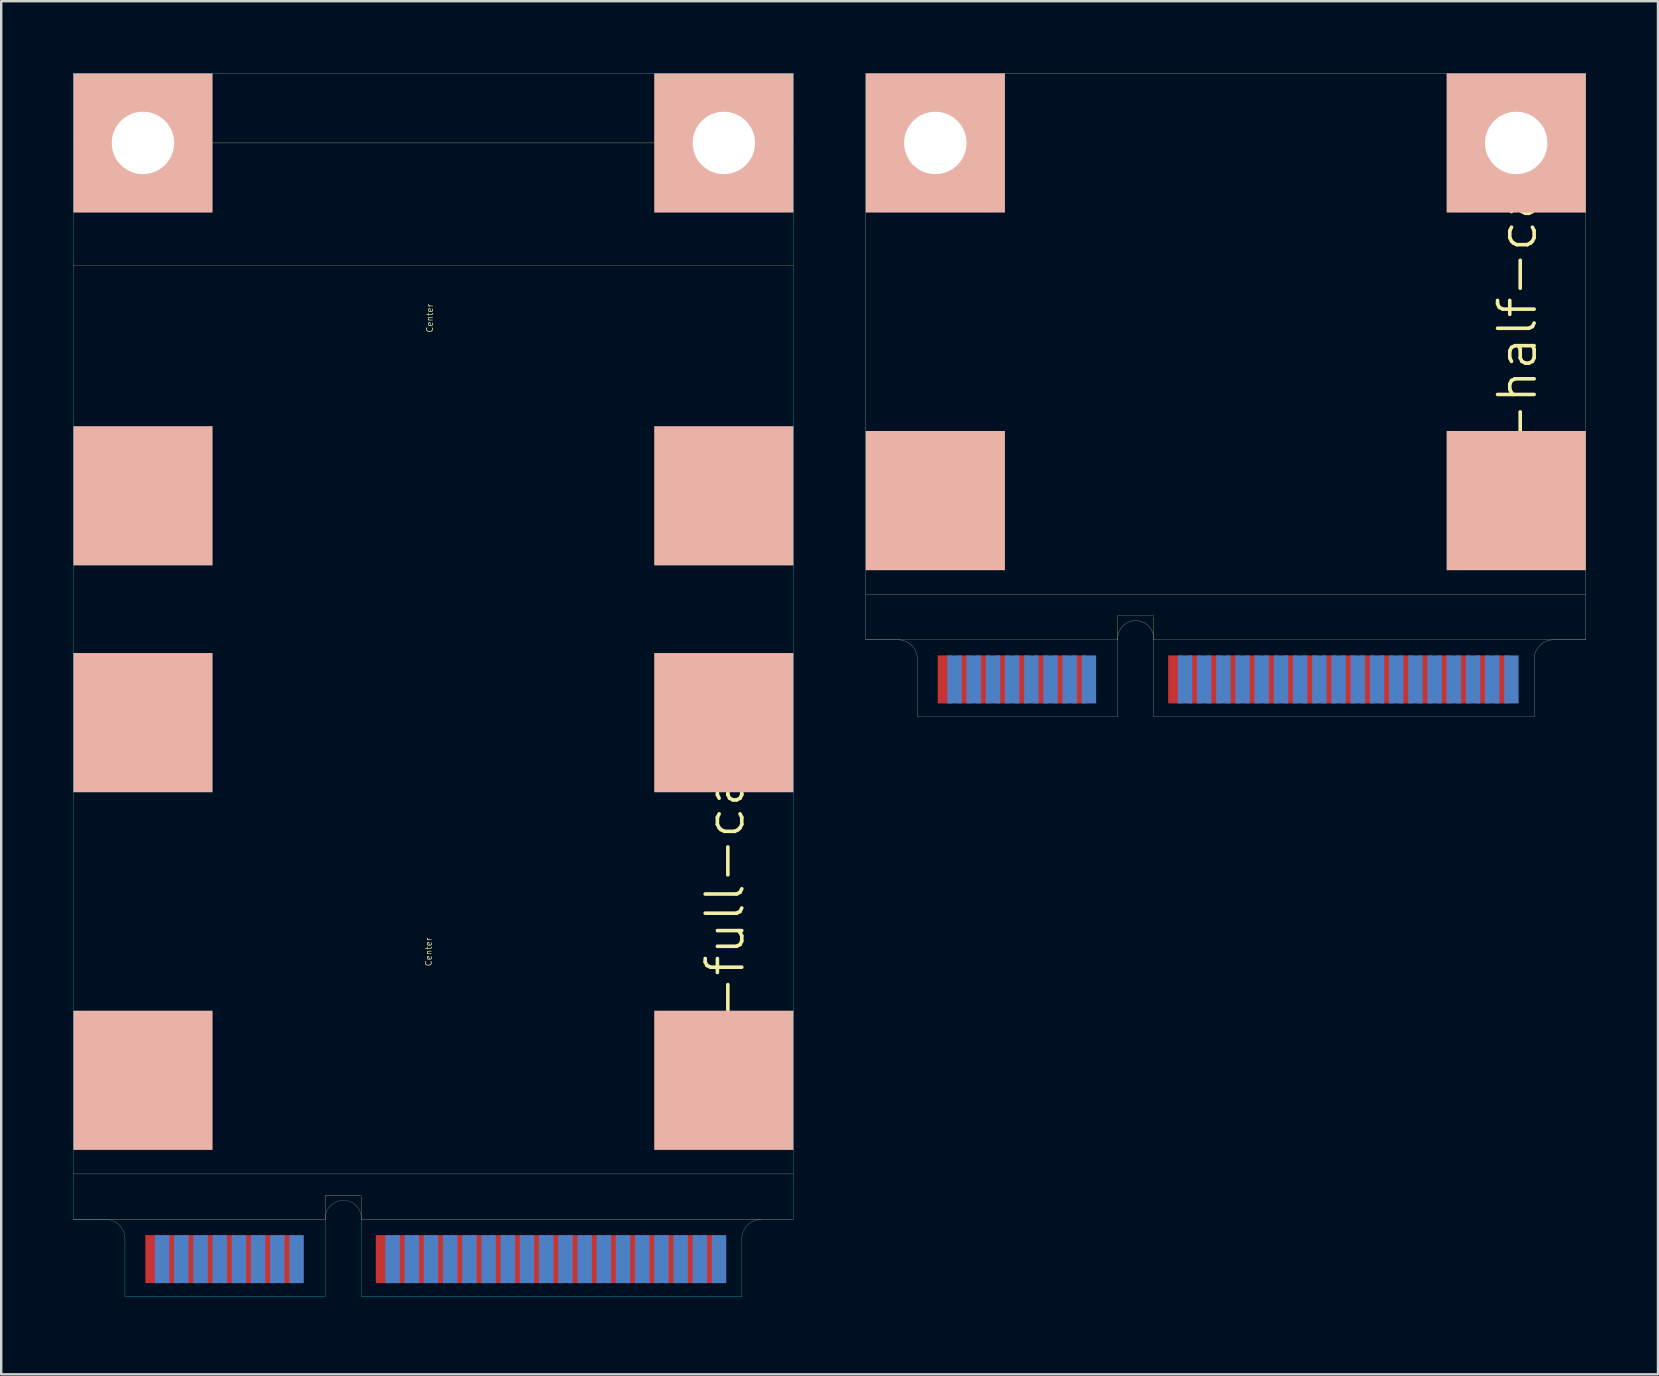
<source format=kicad_pcb>
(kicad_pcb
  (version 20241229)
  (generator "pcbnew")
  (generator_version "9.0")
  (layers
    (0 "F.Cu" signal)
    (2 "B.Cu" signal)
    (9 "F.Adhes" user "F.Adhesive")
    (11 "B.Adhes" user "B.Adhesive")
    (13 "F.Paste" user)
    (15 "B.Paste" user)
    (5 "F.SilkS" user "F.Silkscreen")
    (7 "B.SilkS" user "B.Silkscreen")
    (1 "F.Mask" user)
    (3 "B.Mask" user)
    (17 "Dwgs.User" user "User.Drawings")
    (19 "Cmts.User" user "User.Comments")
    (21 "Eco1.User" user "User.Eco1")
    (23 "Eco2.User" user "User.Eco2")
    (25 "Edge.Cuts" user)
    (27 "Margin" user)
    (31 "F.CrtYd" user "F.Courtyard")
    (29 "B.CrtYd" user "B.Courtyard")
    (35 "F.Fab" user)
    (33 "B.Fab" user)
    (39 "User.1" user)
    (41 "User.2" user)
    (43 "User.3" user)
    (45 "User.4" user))
  (footprint "PCIE-half-card"
    (layer "F.Cu")
    (at 48.015 26.805)
    (property "Reference" "PCIE-half-card" (at 12.15 -15.2 90) (layer "F.SilkS") (effects (font (size 1.524 1.524) (thickness 0.15))))
    (attr through_hole)
    (fp_line (start -15 -3.2) (end -4.5 -3.2) (stroke (width 0.01) (type solid)) (layer "F.SilkS"))
    (fp_line (start -4.5 -4.2) (end -3 -4.2) (stroke (width 0.01) (type solid)) (layer "F.SilkS"))
    (fp_line (start -4.5 -3.2) (end -4.5 -4.2) (stroke (width 0.01) (type solid)) (layer "F.SilkS"))
    (fp_line (start -3 -4.15) (end -3 -3.2) (stroke (width 0.01) (type solid)) (layer "F.SilkS"))
    (fp_line (start -3 -3.2) (end 15 -3.2) (stroke (width 0.01) (type solid)) (layer "F.SilkS"))
    (fp_line (start -15 -5.1) (end 15 -5.1) (stroke (width 0.01) (type solid)) (layer "B.SilkS"))
    (fp_line (start -3.75 -4.5) (end -3.75 -0.15) (stroke (width 0.01) (type solid)) (layer "Eco1.User"))
    (fp_line (start 0 0) (end 0 -26.8) (stroke (width 0.01) (type solid)) (layer "Eco1.User"))
    (fp_line (start -15 -26.8) (end -15 -3.2) (stroke (width 0.01) (type solid)) (layer "Edge.Cuts"))
    (fp_line (start -13.65 -3.2) (end -15 -3.2) (stroke (width 0.01) (type solid)) (layer "Edge.Cuts"))
    (fp_line (start -12.85 0) (end -12.85 -2.4) (stroke (width 0.01) (type solid)) (layer "Edge.Cuts"))
    (fp_line (start -4.5 0) (end -12.85 0) (stroke (width 0.01) (type solid)) (layer "Edge.Cuts"))
    (fp_line (start -4.5 0) (end -4.5 -3.25) (stroke (width 0.01) (type solid)) (layer "Edge.Cuts"))
    (fp_line (start -3 0) (end -3 -3.25) (stroke (width 0.01) (type solid)) (layer "Edge.Cuts"))
    (fp_line (start -3 0) (end 12.85 0) (stroke (width 0.01) (type solid)) (layer "Edge.Cuts"))
    (fp_line (start 12.85 0) (end 12.85 -2.4) (stroke (width 0.01) (type solid)) (layer "Edge.Cuts"))
    (fp_line (start 15 -26.8) (end -15 -26.8) (stroke (width 0.01) (type solid)) (layer "Edge.Cuts"))
    (fp_line (start 15 -3.2) (end 13.65 -3.2) (stroke (width 0.01) (type solid)) (layer "Edge.Cuts"))
    (fp_line (start 15 -3.2) (end 15 -26.8) (stroke (width 0.01) (type solid)) (layer "Edge.Cuts"))
    (fp_arc (start -13.65 -3.2) (mid -13.084315 -2.965685) (end -12.85 -2.4) (stroke (width 0.01) (type solid)) (layer "Edge.Cuts"))
    (fp_arc (start -4.5 -3.25) (mid -3.75 -4) (end -3 -3.25) (stroke (width 0.01) (type solid)) (layer "Edge.Cuts"))
    (fp_arc (start 12.85 -2.4) (mid 13.084315 -2.965685) (end 13.65 -3.2) (stroke (width 0.01) (type solid)) (layer "Edge.Cuts"))
    (fp_text user "Center" (at -0.2 -14.35 90) (layer "Eco1.User") (effects (font (size 0.25 0.25) (thickness 0.025))))
    (pad "" np_thru_hole circle (at -12.1 -23.9) (size 2.6 2.6) (drill 2.6) (layers "*.Cu" "*.Mask" "F.SilkS"))
    (pad "" connect rect (at -12.1 -23.9) (size 5.8 5.8) (layers "B.SilkS"))
    (pad "" connect rect (at -12.1 -9) (size 5.8 5.8) (layers "B.SilkS"))
    (pad "" np_thru_hole circle (at 12.1 -23.9) (size 2.6 2.6) (drill 2.6) (layers "*.Cu" "*.Mask" "F.SilkS"))
    (pad "" connect rect (at 12.1 -23.9) (size 5.8 5.8) (layers "B.SilkS"))
    (pad "" connect rect (at 12.1 -9) (size 5.8 5.8) (layers "B.SilkS"))
    (pad "1" smd rect (at -11.7 -1.55) (size 0.6 2) (layers "F.Cu" "F.Mask" "F.Paste"))
    (pad "2" smd rect (at -11.3 -1.55) (size 0.6 2) (layers "B.Cu" "B.Mask" "B.Paste"))
    (pad "3" smd rect (at -10.9 -1.55) (size 0.6 2) (layers "F.Cu" "F.Mask" "F.Paste"))
    (pad "4" smd rect (at -10.5 -1.55) (size 0.6 2) (layers "B.Cu" "B.Mask" "B.Paste"))
    (pad "5" smd rect (at -10.1 -1.55) (size 0.6 2) (layers "F.Cu" "F.Mask" "F.Paste"))
    (pad "6" smd rect (at -9.7 -1.55) (size 0.6 2) (layers "B.Cu" "B.Mask" "B.Paste"))
    (pad "7" smd rect (at -9.3 -1.55) (size 0.6 2) (layers "F.Cu" "F.Mask" "F.Paste"))
    (pad "8" smd rect (at -8.9 -1.55) (size 0.6 2) (layers "B.Cu" "B.Mask" "B.Paste"))
    (pad "9" smd rect (at -8.5 -1.55) (size 0.6 2) (layers "F.Cu" "F.Mask" "F.Paste"))
    (pad "10" smd rect (at -8.1 -1.55) (size 0.6 2) (layers "B.Cu" "B.Mask" "B.Paste"))
    (pad "11" smd rect (at -7.7 -1.55) (size 0.6 2) (layers "F.Cu" "F.Mask" "F.Paste"))
    (pad "12" smd rect (at -7.3 -1.55) (size 0.6 2) (layers "B.Cu" "B.Mask" "B.Paste"))
    (pad "13" smd rect (at -6.9 -1.55) (size 0.6 2) (layers "F.Cu" "F.Mask" "F.Paste"))
    (pad "14" smd rect (at -6.5 -1.55) (size 0.6 2) (layers "B.Cu" "B.Mask" "B.Paste"))
    (pad "15" smd rect (at -6.1 -1.55) (size 0.6 2) (layers "F.Cu" "F.Mask" "F.Paste"))
    (pad "16" smd rect (at -5.7 -1.55) (size 0.6 2) (layers "B.Cu" "B.Mask" "B.Paste"))
    (pad "17" smd rect (at -2.1 -1.55) (size 0.6 2) (layers "F.Cu" "F.Mask" "F.Paste"))
    (pad "18" smd rect (at -1.7 -1.55) (size 0.6 2) (layers "B.Cu" "B.Mask" "B.Paste"))
    (pad "19" smd rect (at -1.3 -1.55) (size 0.6 2) (layers "F.Cu" "F.Mask" "F.Paste"))
    (pad "20" smd rect (at -0.9 -1.55) (size 0.6 2) (layers "B.Cu" "B.Mask" "B.Paste"))
    (pad "21" smd rect (at -0.5 -1.55) (size 0.6 2) (layers "F.Cu" "F.Mask" "F.Paste"))
    (pad "22" smd rect (at -0.1 -1.55) (size 0.6 2) (layers "B.Cu" "B.Mask" "B.Paste"))
    (pad "23" smd rect (at 0.3 -1.55) (size 0.6 2) (layers "F.Cu" "F.Mask" "F.Paste"))
    (pad "24" smd rect (at 0.7 -1.55) (size 0.6 2) (layers "B.Cu" "B.Mask" "B.Paste"))
    (pad "25" smd rect (at 1.1 -1.55) (size 0.6 2) (layers "F.Cu" "F.Mask" "F.Paste"))
    (pad "26" smd rect (at 1.5 -1.55) (size 0.6 2) (layers "B.Cu" "B.Mask" "B.Paste"))
    (pad "27" smd rect (at 1.9 -1.55) (size 0.6 2) (layers "F.Cu" "F.Mask" "F.Paste"))
    (pad "28" smd rect (at 2.3 -1.55) (size 0.6 2) (layers "B.Cu" "B.Mask" "B.Paste"))
    (pad "29" smd rect (at 2.7 -1.55) (size 0.6 2) (layers "F.Cu" "F.Mask" "F.Paste"))
    (pad "30" smd rect (at 3.1 -1.55) (size 0.6 2) (layers "B.Cu" "B.Mask" "B.Paste"))
    (pad "31" smd rect (at 3.5 -1.55) (size 0.6 2) (layers "F.Cu" "F.Mask" "F.Paste"))
    (pad "32" smd rect (at 3.9 -1.55) (size 0.6 2) (layers "B.Cu" "B.Mask" "B.Paste"))
    (pad "33" smd rect (at 4.3 -1.55) (size 0.6 2) (layers "F.Cu" "F.Mask" "F.Paste"))
    (pad "34" smd rect (at 4.7 -1.55) (size 0.6 2) (layers "B.Cu" "B.Mask" "B.Paste"))
    (pad "35" smd rect (at 5.1 -1.55) (size 0.6 2) (layers "F.Cu" "F.Mask" "F.Paste"))
    (pad "36" smd rect (at 5.5 -1.55) (size 0.6 2) (layers "B.Cu" "B.Mask" "B.Paste"))
    (pad "37" smd rect (at 5.9 -1.55) (size 0.6 2) (layers "F.Cu" "F.Mask" "F.Paste"))
    (pad "38" smd rect (at 6.3 -1.55) (size 0.6 2) (layers "B.Cu" "B.Mask" "B.Paste"))
    (pad "39" smd rect (at 6.7 -1.55) (size 0.6 2) (layers "F.Cu" "F.Mask" "F.Paste"))
    (pad "40" smd rect (at 7.1 -1.55) (size 0.6 2) (layers "B.Cu" "B.Mask" "B.Paste"))
    (pad "41" smd rect (at 7.5 -1.55) (size 0.6 2) (layers "F.Cu" "F.Mask" "F.Paste"))
    (pad "42" smd rect (at 7.9 -1.55) (size 0.6 2) (layers "B.Cu" "B.Mask" "B.Paste"))
    (pad "43" smd rect (at 8.3 -1.55) (size 0.6 2) (layers "F.Cu" "F.Mask" "F.Paste"))
    (pad "44" smd rect (at 8.7 -1.55) (size 0.6 2) (layers "B.Cu" "B.Mask" "B.Paste"))
    (pad "45" smd rect (at 9.1 -1.55) (size 0.6 2) (layers "F.Cu" "F.Mask" "F.Paste"))
    (pad "46" smd rect (at 9.5 -1.55) (size 0.6 2) (layers "B.Cu" "B.Mask" "B.Paste"))
    (pad "47" smd rect (at 9.9 -1.55) (size 0.6 2) (layers "F.Cu" "F.Mask" "F.Paste"))
    (pad "48" smd rect (at 10.3 -1.55) (size 0.6 2) (layers "B.Cu" "B.Mask" "B.Paste"))
    (pad "49" smd rect (at 10.7 -1.55) (size 0.6 2) (layers "F.Cu" "F.Mask" "F.Paste"))
    (pad "50" smd rect (at 11.1 -1.55) (size 0.6 2) (layers "B.Cu" "B.Mask" "B.Paste"))
    (pad "51" smd rect (at 11.5 -1.55) (size 0.6 2) (layers "F.Cu" "F.Mask" "F.Paste"))
    (pad "52" smd rect (at 11.9 -1.55) (size 0.6 2) (layers "B.Cu" "B.Mask" "B.Paste")))
  (footprint "PCIE-full-card"
    (layer "F.Cu")
    (at 15.005 50.955)
    (property "Reference" "PCIE-full-card" (at 12.15 -15.2 90) (layer "F.SilkS") (effects (font (size 1.524 1.524) (thickness 0.15))))
    (attr through_hole)
    (fp_line (start -15 -3.2) (end -4.5 -3.2) (stroke (width 0.01) (type solid)) (layer "F.SilkS"))
    (fp_line (start -4.5 -4.2) (end -3 -4.2) (stroke (width 0.01) (type solid)) (layer "F.SilkS"))
    (fp_line (start -4.5 -3.2) (end -4.5 -4.2) (stroke (width 0.01) (type solid)) (layer "F.SilkS"))
    (fp_line (start -3 -4.15) (end -3 -3.2) (stroke (width 0.01) (type solid)) (layer "F.SilkS"))
    (fp_line (start -3 -3.2) (end 15 -3.2) (stroke (width 0.01) (type solid)) (layer "F.SilkS"))
    (fp_line (start 15 -48.05) (end -15 -48.05) (stroke (width 0.01) (type solid)) (layer "F.SilkS"))
    (fp_line (start 15 -42.95) (end -15 -42.95) (stroke (width 0.01) (type solid)) (layer "F.SilkS"))
    (fp_line (start -15 -5.1) (end 15 -5.1) (stroke (width 0.01) (type solid)) (layer "B.SilkS"))
    (fp_line (start -3.75 -4.5) (end -3.75 -0.15) (stroke (width 0.01) (type solid)) (layer "Eco1.User"))
    (fp_line (start 0 0) (end 0 -50.95) (stroke (width 0.01) (type solid)) (layer "Eco1.User"))
    (fp_line (start 15 -3.2) (end 13.65 -3.2) (stroke (width 0.01) (type solid)) (layer "Eco2.User"))
    (fp_line (start -15 -50.95) (end -15 -3.2) (stroke (width 0.01) (type solid)) (layer "B.CrtYd"))
    (fp_line (start -13.65 -3.2) (end -15 -3.2) (stroke (width 0.01) (type solid)) (layer "B.CrtYd"))
    (fp_line (start -12.85 0) (end -12.85 -2.4) (stroke (width 0.01) (type solid)) (layer "B.CrtYd"))
    (fp_line (start -4.5 0) (end -12.85 0) (stroke (width 0.01) (type solid)) (layer "B.CrtYd"))
    (fp_line (start -4.5 0) (end -4.5 -3.25) (stroke (width 0.01) (type solid)) (layer "B.CrtYd"))
    (fp_line (start -3 0) (end -3 -3.25) (stroke (width 0.01) (type solid)) (layer "B.CrtYd"))
    (fp_line (start -3 0) (end 12.85 0) (stroke (width 0.01) (type solid)) (layer "B.CrtYd"))
    (fp_line (start 12.85 0) (end 12.85 -2.4) (stroke (width 0.01) (type solid)) (layer "B.CrtYd"))
    (fp_line (start 15 -50.95) (end -15 -50.95) (stroke (width 0.01) (type solid)) (layer "B.CrtYd"))
    (fp_line (start 15 -3.2) (end 15 -50.95) (stroke (width 0.01) (type solid)) (layer "B.CrtYd"))
    (fp_arc (start -13.65 -3.2) (mid -13.084315 -2.965685) (end -12.85 -2.4) (stroke (width 0.01) (type solid)) (layer "B.CrtYd"))
    (fp_arc (start 12.85 -2.4) (mid 13.084315 -2.965685) (end 13.65 -3.2) (stroke (width 0.01) (type solid)) (layer "B.CrtYd"))
    (fp_arc (start -4.5 -3.25) (mid -3.75 -4) (end -3 -3.25) (stroke (width 0.01) (type solid)) (layer "F.Fab"))
    (fp_text user "Center" (at -0.15 -40.75 90) (layer "F.SilkS") (effects (font (size 0.25 0.25) (thickness 0.025))))
    (fp_text user "Center" (at -0.2 -14.35 90) (layer "F.SilkS") (effects (font (size 0.25 0.25) (thickness 0.025))))
    (pad "" np_thru_hole circle (at -12.1 -48.05) (size 2.6 2.6) (drill 2.6) (layers "*.Cu" "*.Mask" "F.SilkS"))
    (pad "" connect rect (at -12.1 -48.05) (size 5.8 5.8) (layers "B.SilkS"))
    (pad "" connect rect (at -12.1 -33.35) (size 5.8 5.8) (layers "B.SilkS"))
    (pad "" connect rect (at -12.1 -23.9) (size 5.8 5.8) (layers "B.SilkS"))
    (pad "" connect rect (at -12.1 -9) (size 5.8 5.8) (layers "B.SilkS"))
    (pad "" np_thru_hole circle (at 12.1 -48.05) (size 2.6 2.6) (drill 2.6) (layers "*.Cu" "*.Mask" "F.SilkS"))
    (pad "" connect rect (at 12.1 -48.05) (size 5.8 5.8) (layers "B.SilkS"))
    (pad "" connect rect (at 12.1 -33.35) (size 5.8 5.8) (layers "B.SilkS"))
    (pad "" connect rect (at 12.1 -23.9) (size 5.8 5.8) (layers "B.SilkS"))
    (pad "" connect rect (at 12.1 -9) (size 5.8 5.8) (layers "B.SilkS"))
    (pad "1" smd rect (at -11.7 -1.55) (size 0.6 2) (layers "F.Cu" "F.Mask"))
    (pad "2" smd rect (at -11.3 -1.55) (size 0.6 2) (layers "B.Cu" "B.Mask"))
    (pad "3" smd rect (at -10.9 -1.55) (size 0.6 2) (layers "F.Cu" "F.Mask"))
    (pad "4" smd rect (at -10.5 -1.55) (size 0.6 2) (layers "B.Cu" "B.Mask"))
    (pad "5" smd rect (at -10.1 -1.55) (size 0.6 2) (layers "F.Cu" "F.Mask"))
    (pad "6" smd rect (at -9.7 -1.55) (size 0.6 2) (layers "B.Cu" "B.Mask"))
    (pad "7" smd rect (at -9.3 -1.55) (size 0.6 2) (layers "F.Cu" "F.Mask"))
    (pad "8" smd rect (at -8.9 -1.55) (size 0.6 2) (layers "B.Cu" "B.Mask"))
    (pad "9" smd rect (at -8.5 -1.55) (size 0.6 2) (layers "F.Cu" "F.Mask"))
    (pad "10" smd rect (at -8.1 -1.55) (size 0.6 2) (layers "B.Cu" "B.Mask"))
    (pad "11" smd rect (at -7.7 -1.55) (size 0.6 2) (layers "F.Cu" "F.Mask"))
    (pad "12" smd rect (at -7.3 -1.55) (size 0.6 2) (layers "B.Cu" "B.Mask"))
    (pad "13" smd rect (at -6.9 -1.55) (size 0.6 2) (layers "F.Cu" "F.Mask"))
    (pad "14" smd rect (at -6.5 -1.55) (size 0.6 2) (layers "B.Cu" "B.Mask"))
    (pad "15" smd rect (at -6.1 -1.55) (size 0.6 2) (layers "F.Cu" "F.Mask"))
    (pad "16" smd rect (at -5.7 -1.55) (size 0.6 2) (layers "B.Cu" "B.Mask"))
    (pad "17" smd rect (at -2.1 -1.55) (size 0.6 2) (layers "F.Cu" "F.Mask"))
    (pad "18" smd rect (at -1.7 -1.55) (size 0.6 2) (layers "B.Cu" "B.Mask"))
    (pad "19" smd rect (at -1.3 -1.55) (size 0.6 2) (layers "F.Cu" "F.Mask"))
    (pad "20" smd rect (at -0.9 -1.55) (size 0.6 2) (layers "B.Cu" "B.Mask"))
    (pad "21" smd rect (at -0.5 -1.55) (size 0.6 2) (layers "F.Cu" "F.Mask"))
    (pad "22" smd rect (at -0.1 -1.55) (size 0.6 2) (layers "B.Cu" "B.Mask"))
    (pad "23" smd rect (at 0.3 -1.55) (size 0.6 2) (layers "F.Cu" "F.Mask"))
    (pad "24" smd rect (at 0.7 -1.55) (size 0.6 2) (layers "B.Cu" "B.Mask"))
    (pad "25" smd rect (at 1.1 -1.55) (size 0.6 2) (layers "F.Cu" "F.Mask"))
    (pad "26" smd rect (at 1.5 -1.55) (size 0.6 2) (layers "B.Cu" "B.Mask"))
    (pad "27" smd rect (at 1.9 -1.55) (size 0.6 2) (layers "F.Cu" "F.Mask"))
    (pad "28" smd rect (at 2.3 -1.55) (size 0.6 2) (layers "B.Cu" "B.Mask"))
    (pad "29" smd rect (at 2.7 -1.55) (size 0.6 2) (layers "F.Cu" "F.Mask"))
    (pad "30" smd rect (at 3.1 -1.55) (size 0.6 2) (layers "B.Cu" "B.Mask"))
    (pad "31" smd rect (at 3.5 -1.55) (size 0.6 2) (layers "F.Cu" "F.Mask"))
    (pad "32" smd rect (at 3.9 -1.55) (size 0.6 2) (layers "B.Cu" "B.Mask"))
    (pad "33" smd rect (at 4.3 -1.55) (size 0.6 2) (layers "F.Cu" "F.Mask"))
    (pad "34" smd rect (at 4.7 -1.55) (size 0.6 2) (layers "B.Cu" "B.Mask"))
    (pad "35" smd rect (at 5.1 -1.55) (size 0.6 2) (layers "F.Cu" "F.Mask"))
    (pad "36" smd rect (at 5.5 -1.55) (size 0.6 2) (layers "B.Cu" "B.Mask"))
    (pad "37" smd rect (at 5.9 -1.55) (size 0.6 2) (layers "F.Cu" "F.Mask"))
    (pad "38" smd rect (at 6.3 -1.55) (size 0.6 2) (layers "B.Cu" "B.Mask"))
    (pad "39" smd rect (at 6.7 -1.55) (size 0.6 2) (layers "F.Cu" "F.Mask"))
    (pad "40" smd rect (at 7.1 -1.55) (size 0.6 2) (layers "B.Cu" "B.Mask"))
    (pad "41" smd rect (at 7.5 -1.55) (size 0.6 2) (layers "F.Cu" "F.Mask"))
    (pad "42" smd rect (at 7.9 -1.55) (size 0.6 2) (layers "B.Cu" "B.Mask"))
    (pad "43" smd rect (at 8.3 -1.55) (size 0.6 2) (layers "F.Cu" "F.Mask"))
    (pad "44" smd rect (at 8.7 -1.55) (size 0.6 2) (layers "B.Cu" "B.Mask"))
    (pad "45" smd rect (at 9.1 -1.55) (size 0.6 2) (layers "F.Cu" "F.Mask"))
    (pad "46" smd rect (at 9.5 -1.55) (size 0.6 2) (layers "B.Cu" "B.Mask"))
    (pad "47" smd rect (at 9.9 -1.55) (size 0.6 2) (layers "F.Cu" "F.Mask"))
    (pad "48" smd rect (at 10.3 -1.55) (size 0.6 2) (layers "B.Cu" "B.Mask"))
    (pad "49" smd rect (at 10.7 -1.55) (size 0.6 2) (layers "F.Cu" "F.Mask"))
    (pad "50" smd rect (at 11.1 -1.55) (size 0.6 2) (layers "B.Cu" "B.Mask"))
    (pad "51" smd rect (at 11.5 -1.55) (size 0.6 2) (layers "F.Cu" "F.Mask"))
    (pad "52" smd rect (at 11.9 -1.55) (size 0.6 2) (layers "B.Cu" "B.Mask")))
  (gr_rect
    (start -3 -3)
    (end 66.02 54.205)
    (stroke (width 0.1) (type default))
    (fill no)
    (layer "Edge.Cuts")))
</source>
